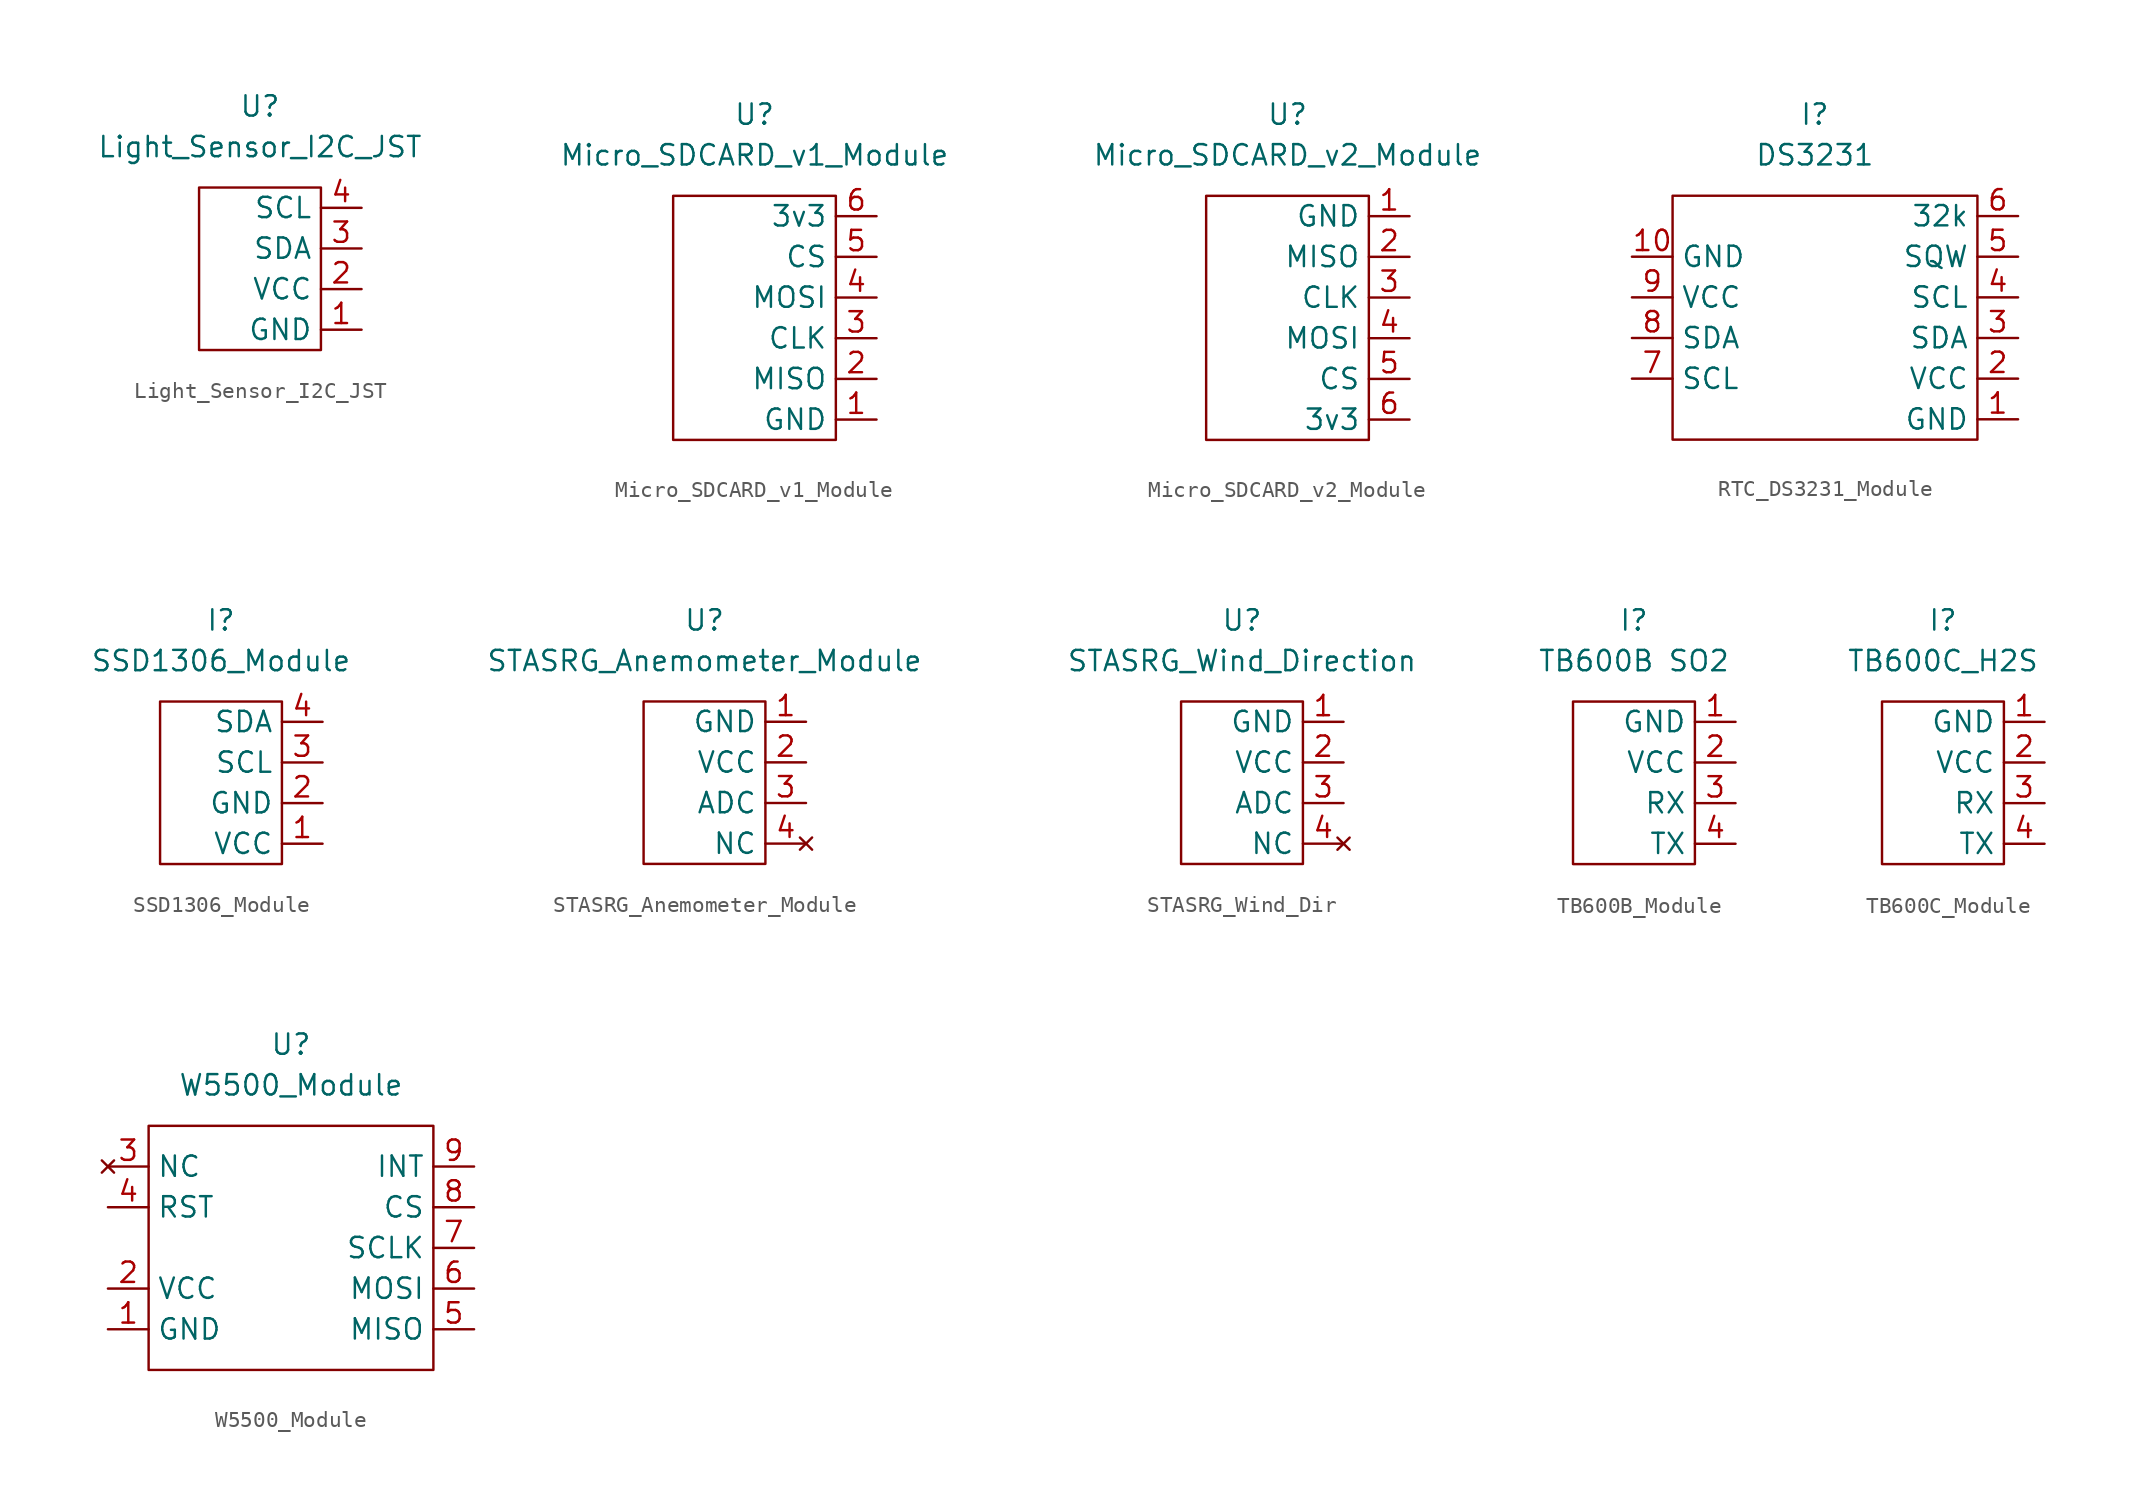
<source format=kicad_sym>
(kicad_symbol_lib
  (version 20241209)
  (generator "kicad_symbol_editor")
  (generator_version "9.0")
  (symbol "Light_Sensor_I2C_JST"
    (property "Reference" "U"
      (at 0 10.16 0)
      (effects (font (size 1.27 1.27))))
    (property "Value" "Light_Sensor_I2C_JST"
      (at 0 7.62 0)
      (effects (font (size 1.27 1.27))))
    (symbol "Light_Sensor_I2C_JST_0_1"
      (rectangle (start -3.81 5.08) (end 3.81 -5.08) (stroke (width 0) (type default)) (fill (type none))))
    (symbol "Light_Sensor_I2C_JST_1_1"
      (pin bidirectional line (at 6.35 3.81 180) (length 2.54) (name "SCL" (effects (font (size 1.27 1.27)))) (number "4" (effects (font (size 1.27 1.27)))))
      (pin bidirectional line (at 6.35 1.27 180) (length 2.54) (name "SDA" (effects (font (size 1.27 1.27)))) (number "3" (effects (font (size 1.27 1.27)))))
      (pin power_in line (at 6.35 -1.27 180) (length 2.54) (name "VCC" (effects (font (size 1.27 1.27)))) (number "2" (effects (font (size 1.27 1.27)))))
      (pin passive line (at 6.35 -3.81 180) (length 2.54) (name "GND" (effects (font (size 1.27 1.27)))) (number "1" (effects (font (size 1.27 1.27)))))))
  (symbol "Micro_SDCARD_v1_Module"
    (property "Reference" "U"
      (at 0 11.43 0)
      (effects (font (size 1.27 1.27))))
    (property "Value" "Micro_SDCARD_v1_Module"
      (at 0 8.89 0)
      (effects (font (size 1.27 1.27))))
    (symbol "Micro_SDCARD_v1_Module_0_1"
      (rectangle (start -5.08 6.35) (end 5.08 -8.89) (stroke (width 0) (type default)) (fill (type none))))
    (symbol "Micro_SDCARD_v1_Module_1_1"
      (pin power_in line (at 7.62 5.08 180) (length 2.54) (name "3v3" (effects (font (size 1.27 1.27)))) (number "6" (effects (font (size 1.27 1.27)))))
      (pin bidirectional line (at 7.62 2.54 180) (length 2.54) (name "CS" (effects (font (size 1.27 1.27)))) (number "5" (effects (font (size 1.27 1.27)))))
      (pin bidirectional line (at 7.62 0 180) (length 2.54) (name "MOSI" (effects (font (size 1.27 1.27)))) (number "4" (effects (font (size 1.27 1.27)))))
      (pin bidirectional line (at 7.62 -2.54 180) (length 2.54) (name "CLK" (effects (font (size 1.27 1.27)))) (number "3" (effects (font (size 1.27 1.27)))))
      (pin bidirectional line (at 7.62 -5.08 180) (length 2.54) (name "MISO" (effects (font (size 1.27 1.27)))) (number "2" (effects (font (size 1.27 1.27)))))
      (pin passive line (at 7.62 -7.62 180) (length 2.54) (name "GND" (effects (font (size 1.27 1.27)))) (number "1" (effects (font (size 1.27 1.27)))))))
  (symbol "Micro_SDCARD_v2_Module"
    (property "Reference" "U"
      (at 0 11.43 0)
      (effects (font (size 1.27 1.27))))
    (property "Value" "Micro_SDCARD_v2_Module"
      (at 0 8.89 0)
      (effects (font (size 1.27 1.27))))
    (symbol "Micro_SDCARD_v2_Module_0_1"
      (rectangle (start -5.08 6.35) (end 5.08 -8.89) (stroke (width 0) (type default)) (fill (type none))))
    (symbol "Micro_SDCARD_v2_Module_1_1"
      (pin passive line (at 7.62 5.08 180) (length 2.54) (name "GND" (effects (font (size 1.27 1.27)))) (number "1" (effects (font (size 1.27 1.27)))))
      (pin bidirectional line (at 7.62 2.54 180) (length 2.54) (name "MISO" (effects (font (size 1.27 1.27)))) (number "2" (effects (font (size 1.27 1.27)))))
      (pin bidirectional line (at 7.62 0 180) (length 2.54) (name "CLK" (effects (font (size 1.27 1.27)))) (number "3" (effects (font (size 1.27 1.27)))))
      (pin bidirectional line (at 7.62 -2.54 180) (length 2.54) (name "MOSI" (effects (font (size 1.27 1.27)))) (number "4" (effects (font (size 1.27 1.27)))))
      (pin bidirectional line (at 7.62 -5.08 180) (length 2.54) (name "CS" (effects (font (size 1.27 1.27)))) (number "5" (effects (font (size 1.27 1.27)))))
      (pin power_in line (at 7.62 -7.62 180) (length 2.54) (name "3v3" (effects (font (size 1.27 1.27)))) (number "6" (effects (font (size 1.27 1.27)))))))
  (symbol "RTC_DS3231​_Module"
    (property "Reference" "I"
      (at 0 12.7 0)
      (effects (font (size 1.27 1.27))))
    (property "Value" "DS3231​"
      (at 0 10.16 0)
      (effects (font (size 1.27 1.27))))
    (symbol "RTC_DS3231​_Module_0_1"
      (rectangle (start -8.89 7.62) (end 10.16 -7.62) (stroke (width 0) (type default)) (fill (type none))))
    (symbol "RTC_DS3231​_Module_1_1"
      (pin passive line (at -11.43 3.81 0) (length 2.54) (name "GND" (effects (font (size 1.27 1.27)))) (number "10" (effects (font (size 1.27 1.27)))))
      (pin power_in line (at -11.43 1.27 0) (length 2.54) (name "VCC" (effects (font (size 1.27 1.27)))) (number "9" (effects (font (size 1.27 1.27)))))
      (pin bidirectional line (at -11.43 -1.27 0) (length 2.54) (name "SDA" (effects (font (size 1.27 1.27)))) (number "8" (effects (font (size 1.27 1.27)))))
      (pin bidirectional line (at -11.43 -3.81 0) (length 2.54) (name "SCL" (effects (font (size 1.27 1.27)))) (number "7" (effects (font (size 1.27 1.27)))))
      (pin output line (at 12.7 6.35 180) (length 2.54) (name "32k" (effects (font (size 1.27 1.27)))) (number "6" (effects (font (size 1.27 1.27)))))
      (pin output line (at 12.7 3.81 180) (length 2.54) (name "SQW" (effects (font (size 1.27 1.27)))) (number "5" (effects (font (size 1.27 1.27)))))
      (pin bidirectional line (at 12.7 1.27 180) (length 2.54) (name "SCL" (effects (font (size 1.27 1.27)))) (number "4" (effects (font (size 1.27 1.27)))))
      (pin bidirectional line (at 12.7 -1.27 180) (length 2.54) (name "SDA" (effects (font (size 1.27 1.27)))) (number "3" (effects (font (size 1.27 1.27)))))
      (pin power_in line (at 12.7 -3.81 180) (length 2.54) (name "VCC" (effects (font (size 1.27 1.27)))) (number "2" (effects (font (size 1.27 1.27)))))
      (pin passive line (at 12.7 -6.35 180) (length 2.54) (name "GND" (effects (font (size 1.27 1.27)))) (number "1" (effects (font (size 1.27 1.27)))))))
  (symbol "SSD1306​_Module"
    (property "Reference" "I"
      (at 0 6.35 0)
      (effects (font (size 1.27 1.27))))
    (property "Value" "SSD1306​_Module"
      (at 0 3.81 0)
      (effects (font (size 1.27 1.27))))
    (symbol "SSD1306​_Module_0_1"
      (rectangle (start -3.81 1.27) (end 3.81 -8.89) (stroke (width 0) (type default)) (fill (type none))))
    (symbol "SSD1306​_Module_1_1"
      (pin bidirectional line (at 6.35 0 180) (length 2.54) (name "SDA" (effects (font (size 1.27 1.27)))) (number "4" (effects (font (size 1.27 1.27)))))
      (pin bidirectional line (at 6.35 -2.54 180) (length 2.54) (name "SCL" (effects (font (size 1.27 1.27)))) (number "3" (effects (font (size 1.27 1.27)))))
      (pin passive line (at 6.35 -5.08 180) (length 2.54) (name "GND" (effects (font (size 1.27 1.27)))) (number "2" (effects (font (size 1.27 1.27)))))
      (pin power_in line (at 6.35 -7.62 180) (length 2.54) (name "VCC" (effects (font (size 1.27 1.27)))) (number "1" (effects (font (size 1.27 1.27)))))))
  (symbol "STASRG_Anemometer_Module"
    (property "Reference" "U"
      (at 0 10.16 0)
      (effects (font (size 1.27 1.27))))
    (property "Value" "STASRG_Anemometer_Module"
      (at 0 7.62 0)
      (effects (font (size 1.27 1.27))))
    (symbol "STASRG_Anemometer_Module_0_1"
      (rectangle (start -3.81 5.08) (end 3.81 -5.08) (stroke (width 0) (type default)) (fill (type none))))
    (symbol "STASRG_Anemometer_Module_1_1"
      (pin passive line (at 6.35 3.81 180) (length 2.54) (name "GND" (effects (font (size 1.27 1.27)))) (number "1" (effects (font (size 1.27 1.27)))))
      (pin power_in line (at 6.35 1.27 180) (length 2.54) (name "VCC" (effects (font (size 1.27 1.27)))) (number "2" (effects (font (size 1.27 1.27)))))
      (pin bidirectional line (at 6.35 -1.27 180) (length 2.54) (name "ADC" (effects (font (size 1.27 1.27)))) (number "3" (effects (font (size 1.27 1.27)))))
      (pin no_connect line (at 6.35 -3.81 180) (length 2.54) (name "NC" (effects (font (size 1.27 1.27)))) (number "4" (effects (font (size 1.27 1.27)))))))
  (symbol "STASRG_Wind_Dir"
    (property "Reference" "U"
      (at 0 10.16 0)
      (effects (font (size 1.27 1.27))))
    (property "Value" "STASRG_Wind_Direction"
      (at 0 7.62 0)
      (effects (font (size 1.27 1.27))))
    (symbol "STASRG_Wind_Dir_0_1"
      (rectangle (start -3.81 5.08) (end 3.81 -5.08) (stroke (width 0) (type default)) (fill (type none))))
    (symbol "STASRG_Wind_Dir_1_1"
      (pin passive line (at 6.35 3.81 180) (length 2.54) (name "GND" (effects (font (size 1.27 1.27)))) (number "1" (effects (font (size 1.27 1.27)))))
      (pin power_in line (at 6.35 1.27 180) (length 2.54) (name "VCC" (effects (font (size 1.27 1.27)))) (number "2" (effects (font (size 1.27 1.27)))))
      (pin bidirectional line (at 6.35 -1.27 180) (length 2.54) (name "ADC" (effects (font (size 1.27 1.27)))) (number "3" (effects (font (size 1.27 1.27)))))
      (pin no_connect line (at 6.35 -3.81 180) (length 2.54) (name "NC" (effects (font (size 1.27 1.27)))) (number "4" (effects (font (size 1.27 1.27)))))))
  (symbol "TB600B_Module"
    (property "Reference" "I"
      (at 0 10.16 0)
      (effects (font (size 1.27 1.27))))
    (property "Value" "TB600B SO2"
      (at 0 7.62 0)
      (effects (font (size 1.27 1.27))))
    (symbol "TB600B_Module_0_1"
      (rectangle (start -3.81 5.08) (end 3.81 -5.08) (stroke (width 0) (type default)) (fill (type none))))
    (symbol "TB600B_Module_1_1"
      (pin passive line (at 6.35 3.81 180) (length 2.54) (name "GND" (effects (font (size 1.27 1.27)))) (number "1" (effects (font (size 1.27 1.27)))))
      (pin power_in line (at 6.35 1.27 180) (length 2.54) (name "VCC" (effects (font (size 1.27 1.27)))) (number "2" (effects (font (size 1.27 1.27)))))
      (pin bidirectional line (at 6.35 -1.27 180) (length 2.54) (name "RX" (effects (font (size 1.27 1.27)))) (number "3" (effects (font (size 1.27 1.27)))))
      (pin bidirectional line (at 6.35 -3.81 180) (length 2.54) (name "TX" (effects (font (size 1.27 1.27)))) (number "4" (effects (font (size 1.27 1.27)))))))
  (symbol "TB600C_Module"
    (property "Reference" "I"
      (at 0 10.16 0)
      (effects (font (size 1.27 1.27))))
    (property "Value" "TB600C_H2S"
      (at 0 7.62 0)
      (effects (font (size 1.27 1.27))))
    (symbol "TB600C_Module_0_1"
      (rectangle (start -3.81 5.08) (end 3.81 -5.08) (stroke (width 0) (type default)) (fill (type none))))
    (symbol "TB600C_Module_1_1"
      (pin passive line (at 6.35 3.81 180) (length 2.54) (name "GND" (effects (font (size 1.27 1.27)))) (number "1" (effects (font (size 1.27 1.27)))))
      (pin power_in line (at 6.35 1.27 180) (length 2.54) (name "VCC" (effects (font (size 1.27 1.27)))) (number "2" (effects (font (size 1.27 1.27)))))
      (pin bidirectional line (at 6.35 -1.27 180) (length 2.54) (name "RX" (effects (font (size 1.27 1.27)))) (number "3" (effects (font (size 1.27 1.27)))))
      (pin bidirectional line (at 6.35 -3.81 180) (length 2.54) (name "TX" (effects (font (size 1.27 1.27)))) (number "4" (effects (font (size 1.27 1.27)))))))
  (symbol "W5500_Module"
    (property "Reference" "U"
      (at 0 12.7 0)
      (effects (font (size 1.27 1.27))))
    (property "Value" "W5500_Module"
      (at 0 10.16 0)
      (effects (font (size 1.27 1.27))))
    (symbol "W5500_Module_0_1"
      (rectangle (start -8.89 7.62) (end 8.89 -7.62) (stroke (width 0) (type default)) (fill (type none))))
    (symbol "W5500_Module_1_1"
      (pin no_connect line (at -11.43 5.08 0) (length 2.54) (name "NC" (effects (font (size 1.27 1.27)))) (number "3" (effects (font (size 1.27 1.27)))))
      (pin bidirectional line (at -11.43 2.54 0) (length 2.54) (name "RST" (effects (font (size 1.27 1.27)))) (number "4" (effects (font (size 1.27 1.27)))))
      (pin power_in line (at -11.43 -2.54 0) (length 2.54) (name "VCC" (effects (font (size 1.27 1.27)))) (number "2" (effects (font (size 1.27 1.27)))))
      (pin passive line (at -11.43 -5.08 0) (length 2.54) (name "GND" (effects (font (size 1.27 1.27)))) (number "1" (effects (font (size 1.27 1.27)))))
      (pin bidirectional line (at 11.43 5.08 180) (length 2.54) (name "INT" (effects (font (size 1.27 1.27)))) (number "9" (effects (font (size 1.27 1.27)))))
      (pin bidirectional line (at 11.43 2.54 180) (length 2.54) (name "CS" (effects (font (size 1.27 1.27)))) (number "8" (effects (font (size 1.27 1.27)))))
      (pin bidirectional line (at 11.43 0 180) (length 2.54) (name "SCLK" (effects (font (size 1.27 1.27)))) (number "7" (effects (font (size 1.27 1.27)))))
      (pin bidirectional line (at 11.43 -2.54 180) (length 2.54) (name "MOSI" (effects (font (size 1.27 1.27)))) (number "6" (effects (font (size 1.27 1.27)))))
      (pin bidirectional line (at 11.43 -5.08 180) (length 2.54) (name "MISO" (effects (font (size 1.27 1.27)))) (number "5" (effects (font (size 1.27 1.27))))))))
</source>
